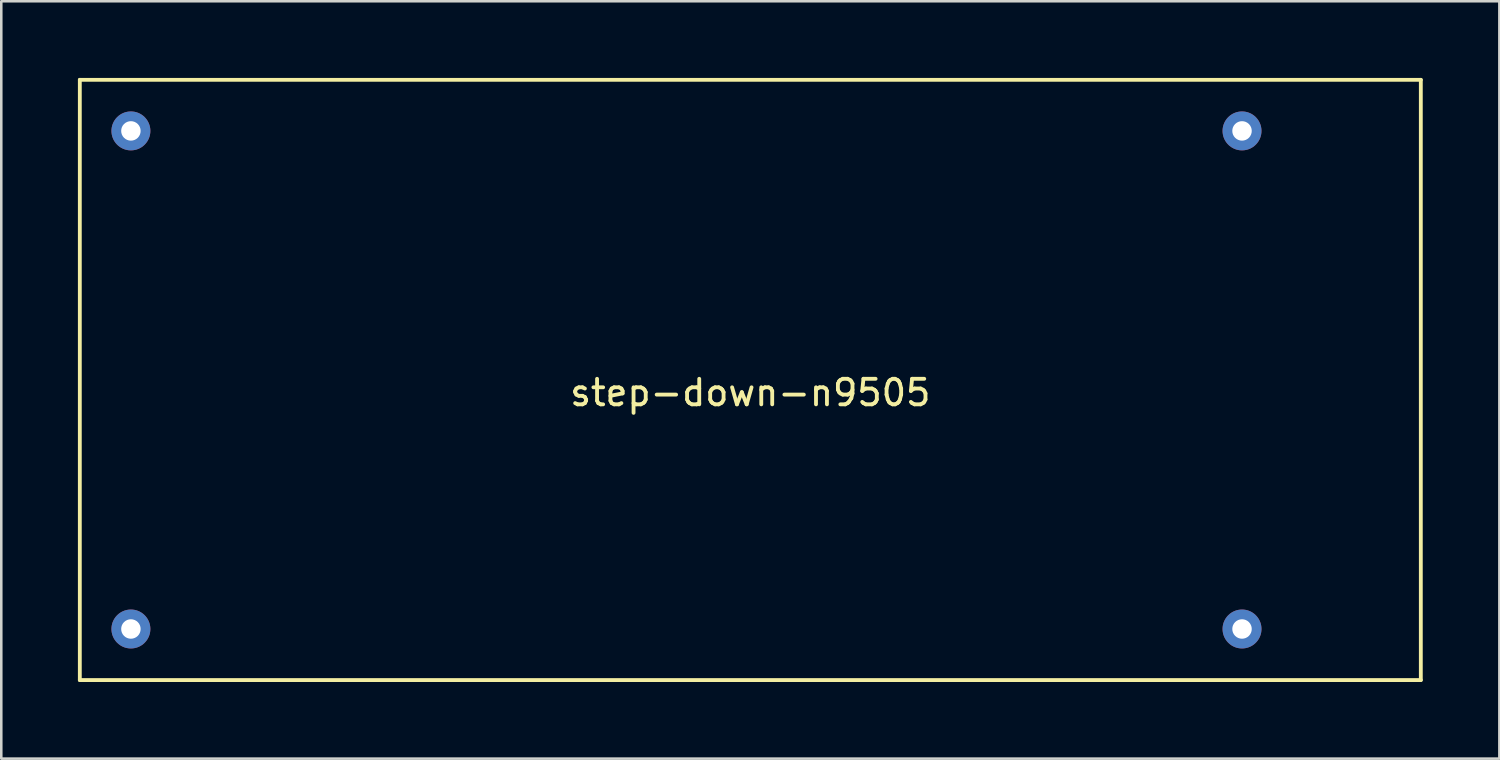
<source format=kicad_pcb>
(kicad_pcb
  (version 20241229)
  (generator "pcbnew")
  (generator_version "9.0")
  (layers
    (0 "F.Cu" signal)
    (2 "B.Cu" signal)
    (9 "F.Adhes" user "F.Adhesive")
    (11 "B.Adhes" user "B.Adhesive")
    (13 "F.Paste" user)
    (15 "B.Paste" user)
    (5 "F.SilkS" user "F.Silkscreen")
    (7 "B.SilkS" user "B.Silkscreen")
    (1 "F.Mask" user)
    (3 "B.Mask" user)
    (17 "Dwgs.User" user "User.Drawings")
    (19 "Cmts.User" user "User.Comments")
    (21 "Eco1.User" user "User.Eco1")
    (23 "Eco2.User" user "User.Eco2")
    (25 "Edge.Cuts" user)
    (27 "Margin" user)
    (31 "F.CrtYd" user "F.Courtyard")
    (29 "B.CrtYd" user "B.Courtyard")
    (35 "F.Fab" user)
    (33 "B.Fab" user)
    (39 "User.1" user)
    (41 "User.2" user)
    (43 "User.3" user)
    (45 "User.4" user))
  (footprint "step-down-n9505"
    (layer "F.Cu")
    (at 26.325 11.825)
    (property "Reference" "step-down-n9505" (at 0 0.5 0) (layer "F.SilkS") (effects (font (size 1 1) (thickness 0.15))))
    (attr through_hole)
    (fp_line (start -26.25 -11.75) (end -26.25 11.75) (stroke (width 0.15) (type solid)) (layer "F.SilkS"))
    (fp_line (start -26.25 -11.75) (end 26.25 -11.75) (stroke (width 0.15) (type solid)) (layer "F.SilkS"))
    (fp_line (start -26.25 11.75) (end 26.25 11.75) (stroke (width 0.15) (type solid)) (layer "F.SilkS"))
    (fp_line (start 26.25 -11.75) (end 26.25 11.75) (stroke (width 0.15) (type solid)) (layer "F.SilkS"))
    (pad "1" thru_hole circle (at -24.25 -9.75) (size 1.524 1.524) (drill 0.762) (layers "*.Cu" "*.Mask"))
    (pad "2" thru_hole circle (at -24.25 9.75) (size 1.524 1.524) (drill 0.762) (layers "*.Cu" "*.Mask"))
    (pad "3" thru_hole circle (at 19.25 9.75) (size 1.524 1.524) (drill 0.762) (layers "*.Cu" "*.Mask"))
    (pad "4" thru_hole circle (at 19.25 -9.75) (size 1.524 1.524) (drill 0.762) (layers "*.Cu" "*.Mask")))
  (gr_rect
    (start -3 -3)
    (end 55.65 26.65)
    (stroke (width 0.1) (type default))
    (fill no)
    (layer "Edge.Cuts")))
</source>
